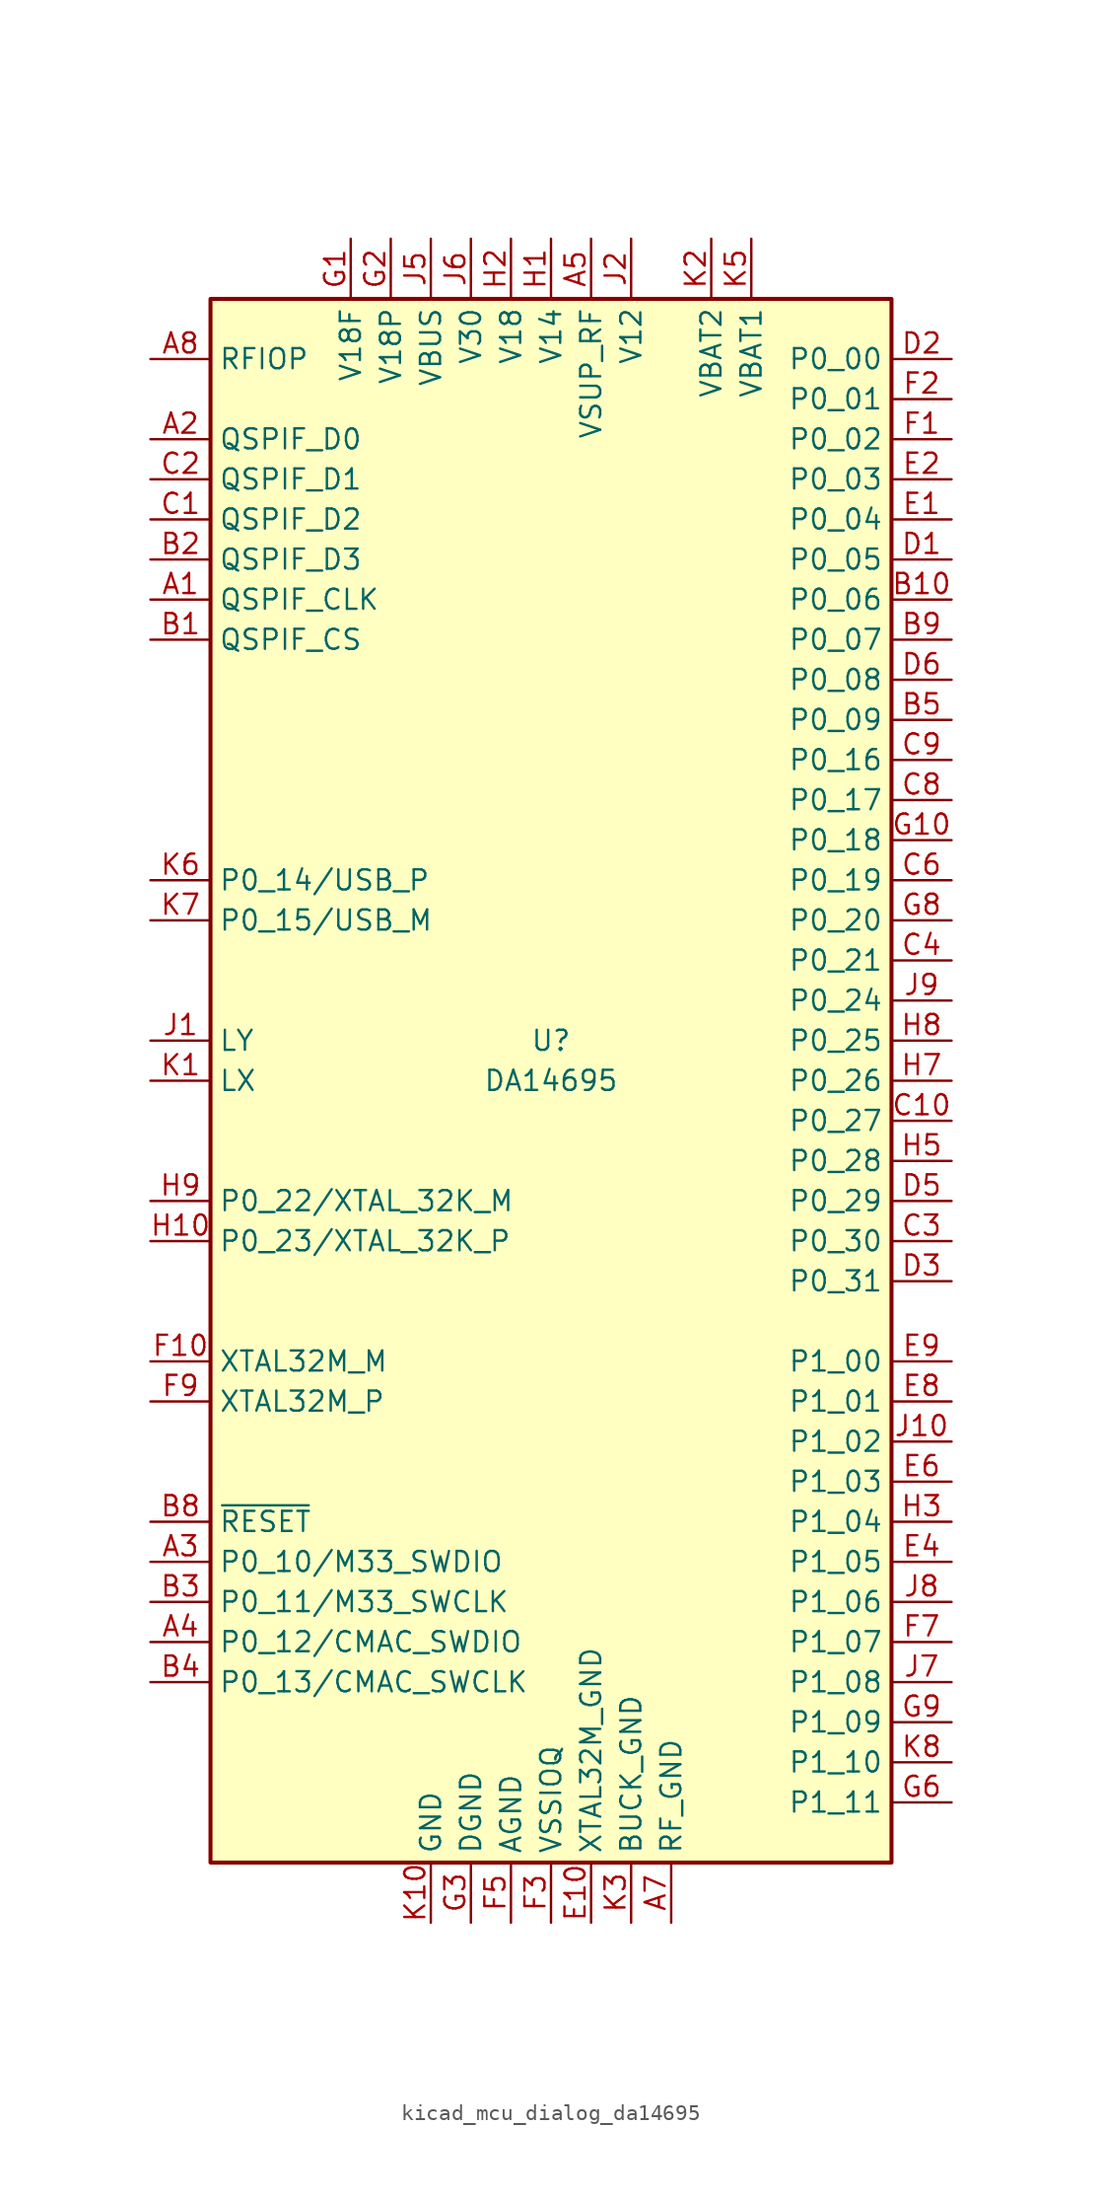
<source format=kicad_sym>
(kicad_symbol_lib
  (version 20220914)
  (generator kicad_symbol_editor)
  (symbol "kicad_mcu_dialog_da14695"
    (property "Reference" "U"
      (at 0 2.54 0)
      (effects (font (size 1.27 1.27))))
    (property "Value" "DA14695"
      (at 0 0 0)
      (effects (font (size 1.27 1.27))))
    (symbol "kicad_mcu_dialog_da14695_1_1"
      (rectangle (start -21.59 49.53) (end 21.59 -49.53) (stroke (width 0.254) (type default)) (fill (type background)))
      (pin output line (at -25.4 30.48 0) (length 3.81) (name "QSPIF_CLK" (effects (font (size 1.27 1.27)))) (number "A1" (effects (font (size 1.27 1.27)))))
      (pin passive line (at 7.62 -53.34 90) (length 3.81) hide (name "RF_GND" (effects (font (size 1.27 1.27)))) (number "A10" (effects (font (size 1.27 1.27)))))
      (pin bidirectional line (at -25.4 40.64 0) (length 3.81) (name "QSPIF_D0" (effects (font (size 1.27 1.27)))) (number "A2" (effects (font (size 1.27 1.27)))))
      (pin bidirectional line (at -25.4 -30.48 0) (length 3.81) (name "P0_10/M33_SWDIO" (effects (font (size 1.27 1.27)))) (number "A3" (effects (font (size 1.27 1.27)))))
      (pin bidirectional line (at -25.4 -35.56 0) (length 3.81) (name "P0_12/CMAC_SWDIO" (effects (font (size 1.27 1.27)))) (number "A4" (effects (font (size 1.27 1.27)))))
      (pin power_in line (at 2.54 53.34 270) (length 3.81) (name "VSUP_RF" (effects (font (size 1.27 1.27)))) (number "A5" (effects (font (size 1.27 1.27)))))
      (pin passive line (at 7.62 -53.34 90) (length 3.81) hide (name "RF_GND" (effects (font (size 1.27 1.27)))) (number "A6" (effects (font (size 1.27 1.27)))))
      (pin power_in line (at 7.62 -53.34 90) (length 3.81) (name "RF_GND" (effects (font (size 1.27 1.27)))) (number "A7" (effects (font (size 1.27 1.27)))))
      (pin bidirectional line (at -25.4 45.72 0) (length 3.81) (name "RFIOP" (effects (font (size 1.27 1.27)))) (number "A8" (effects (font (size 1.27 1.27)))))
      (pin passive line (at 7.62 -53.34 90) (length 3.81) hide (name "RF_GND" (effects (font (size 1.27 1.27)))) (number "A9" (effects (font (size 1.27 1.27)))))
      (pin output line (at -25.4 27.94 0) (length 3.81) (name "QSPIF_CS" (effects (font (size 1.27 1.27)))) (number "B1" (effects (font (size 1.27 1.27)))))
      (pin bidirectional line (at 25.4 30.48 180) (length 3.81) (name "P0_06" (effects (font (size 1.27 1.27)))) (number "B10" (effects (font (size 1.27 1.27)))))
      (pin bidirectional line (at -25.4 33.02 0) (length 3.81) (name "QSPIF_D3" (effects (font (size 1.27 1.27)))) (number "B2" (effects (font (size 1.27 1.27)))))
      (pin bidirectional line (at -25.4 -33.02 0) (length 3.81) (name "P0_11/M33_SWCLK" (effects (font (size 1.27 1.27)))) (number "B3" (effects (font (size 1.27 1.27)))))
      (pin bidirectional line (at -25.4 -38.1 0) (length 3.81) (name "P0_13/CMAC_SWCLK" (effects (font (size 1.27 1.27)))) (number "B4" (effects (font (size 1.27 1.27)))))
      (pin bidirectional line (at 25.4 22.86 180) (length 3.81) (name "P0_09" (effects (font (size 1.27 1.27)))) (number "B5" (effects (font (size 1.27 1.27)))))
      (pin passive line (at 7.62 -53.34 90) (length 3.81) hide (name "RF_GND" (effects (font (size 1.27 1.27)))) (number "B7" (effects (font (size 1.27 1.27)))))
      (pin input line (at -25.4 -27.94 0) (length 3.81) (name "~{RESET}" (effects (font (size 1.27 1.27)))) (number "B8" (effects (font (size 1.27 1.27)))))
      (pin bidirectional line (at 25.4 27.94 180) (length 3.81) (name "P0_07" (effects (font (size 1.27 1.27)))) (number "B9" (effects (font (size 1.27 1.27)))))
      (pin bidirectional line (at -25.4 35.56 0) (length 3.81) (name "QSPIF_D2" (effects (font (size 1.27 1.27)))) (number "C1" (effects (font (size 1.27 1.27)))))
      (pin bidirectional line (at 25.4 -2.54 180) (length 3.81) (name "P0_27" (effects (font (size 1.27 1.27)))) (number "C10" (effects (font (size 1.27 1.27)))))
      (pin bidirectional line (at -25.4 38.1 0) (length 3.81) (name "QSPIF_D1" (effects (font (size 1.27 1.27)))) (number "C2" (effects (font (size 1.27 1.27)))))
      (pin bidirectional line (at 25.4 -10.16 180) (length 3.81) (name "P0_30" (effects (font (size 1.27 1.27)))) (number "C3" (effects (font (size 1.27 1.27)))))
      (pin bidirectional line (at 25.4 7.62 180) (length 3.81) (name "P0_21" (effects (font (size 1.27 1.27)))) (number "C4" (effects (font (size 1.27 1.27)))))
      (pin bidirectional line (at 25.4 12.7 180) (length 3.81) (name "P0_19" (effects (font (size 1.27 1.27)))) (number "C6" (effects (font (size 1.27 1.27)))))
      (pin bidirectional line (at 25.4 17.78 180) (length 3.81) (name "P0_17" (effects (font (size 1.27 1.27)))) (number "C8" (effects (font (size 1.27 1.27)))))
      (pin bidirectional line (at 25.4 20.32 180) (length 3.81) (name "P0_16" (effects (font (size 1.27 1.27)))) (number "C9" (effects (font (size 1.27 1.27)))))
      (pin bidirectional line (at 25.4 33.02 180) (length 3.81) (name "P0_05" (effects (font (size 1.27 1.27)))) (number "D1" (effects (font (size 1.27 1.27)))))
      (pin passive line (at 7.62 -53.34 90) (length 3.81) hide (name "RF_GND" (effects (font (size 1.27 1.27)))) (number "D10" (effects (font (size 1.27 1.27)))))
      (pin bidirectional line (at 25.4 45.72 180) (length 3.81) (name "P0_00" (effects (font (size 1.27 1.27)))) (number "D2" (effects (font (size 1.27 1.27)))))
      (pin bidirectional line (at 25.4 -12.7 180) (length 3.81) (name "P0_31" (effects (font (size 1.27 1.27)))) (number "D3" (effects (font (size 1.27 1.27)))))
      (pin bidirectional line (at 25.4 -7.62 180) (length 3.81) (name "P0_29" (effects (font (size 1.27 1.27)))) (number "D5" (effects (font (size 1.27 1.27)))))
      (pin bidirectional line (at 25.4 25.4 180) (length 3.81) (name "P0_08" (effects (font (size 1.27 1.27)))) (number "D6" (effects (font (size 1.27 1.27)))))
      (pin passive line (at 7.62 -53.34 90) (length 3.81) hide (name "RF_GND" (effects (font (size 1.27 1.27)))) (number "D9" (effects (font (size 1.27 1.27)))))
      (pin bidirectional line (at 25.4 35.56 180) (length 3.81) (name "P0_04" (effects (font (size 1.27 1.27)))) (number "E1" (effects (font (size 1.27 1.27)))))
      (pin passive line (at 2.54 -53.34 90) (length 3.81) (name "XTAL32M_GND" (effects (font (size 1.27 1.27)))) (number "E10" (effects (font (size 1.27 1.27)))))
      (pin bidirectional line (at 25.4 38.1 180) (length 3.81) (name "P0_03" (effects (font (size 1.27 1.27)))) (number "E2" (effects (font (size 1.27 1.27)))))
      (pin bidirectional line (at 25.4 -30.48 180) (length 3.81) (name "P1_05" (effects (font (size 1.27 1.27)))) (number "E4" (effects (font (size 1.27 1.27)))))
      (pin bidirectional line (at 25.4 -25.4 180) (length 3.81) (name "P1_03" (effects (font (size 1.27 1.27)))) (number "E6" (effects (font (size 1.27 1.27)))))
      (pin bidirectional line (at 25.4 -20.32 180) (length 3.81) (name "P1_01" (effects (font (size 1.27 1.27)))) (number "E8" (effects (font (size 1.27 1.27)))))
      (pin bidirectional line (at 25.4 -17.78 180) (length 3.81) (name "P1_00" (effects (font (size 1.27 1.27)))) (number "E9" (effects (font (size 1.27 1.27)))))
      (pin bidirectional line (at 25.4 40.64 180) (length 3.81) (name "P0_02" (effects (font (size 1.27 1.27)))) (number "F1" (effects (font (size 1.27 1.27)))))
      (pin output line (at -25.4 -17.78 0) (length 3.81) (name "XTAL32M_M" (effects (font (size 1.27 1.27)))) (number "F10" (effects (font (size 1.27 1.27)))))
      (pin bidirectional line (at 25.4 43.18 180) (length 3.81) (name "P0_01" (effects (font (size 1.27 1.27)))) (number "F2" (effects (font (size 1.27 1.27)))))
      (pin power_in line (at 0 -53.34 90) (length 3.81) (name "VSSIOQ" (effects (font (size 1.27 1.27)))) (number "F3" (effects (font (size 1.27 1.27)))))
      (pin passive line (at -5.08 -53.34 90) (length 3.81) hide (name "DGND" (effects (font (size 1.27 1.27)))) (number "F4" (effects (font (size 1.27 1.27)))))
      (pin power_in line (at -2.54 -53.34 90) (length 3.81) (name "AGND" (effects (font (size 1.27 1.27)))) (number "F5" (effects (font (size 1.27 1.27)))))
      (pin bidirectional line (at 25.4 -35.56 180) (length 3.81) (name "P1_07" (effects (font (size 1.27 1.27)))) (number "F7" (effects (font (size 1.27 1.27)))))
      (pin input line (at -25.4 -20.32 0) (length 3.81) (name "XTAL32M_P" (effects (font (size 1.27 1.27)))) (number "F9" (effects (font (size 1.27 1.27)))))
      (pin power_out line (at -12.7 53.34 270) (length 3.81) (name "V18F" (effects (font (size 1.27 1.27)))) (number "G1" (effects (font (size 1.27 1.27)))))
      (pin bidirectional line (at 25.4 15.24 180) (length 3.81) (name "P0_18" (effects (font (size 1.27 1.27)))) (number "G10" (effects (font (size 1.27 1.27)))))
      (pin power_out line (at -10.16 53.34 270) (length 3.81) (name "V18P" (effects (font (size 1.27 1.27)))) (number "G2" (effects (font (size 1.27 1.27)))))
      (pin power_in line (at -5.08 -53.34 90) (length 3.81) (name "DGND" (effects (font (size 1.27 1.27)))) (number "G3" (effects (font (size 1.27 1.27)))))
      (pin passive line (at -5.08 -53.34 90) (length 3.81) hide (name "DGND" (effects (font (size 1.27 1.27)))) (number "G4" (effects (font (size 1.27 1.27)))))
      (pin passive line (at -2.54 -53.34 90) (length 3.81) hide (name "AGND" (effects (font (size 1.27 1.27)))) (number "G5" (effects (font (size 1.27 1.27)))))
      (pin bidirectional line (at 25.4 -45.72 180) (length 3.81) (name "P1_11" (effects (font (size 1.27 1.27)))) (number "G6" (effects (font (size 1.27 1.27)))))
      (pin bidirectional line (at 25.4 10.16 180) (length 3.81) (name "P0_20" (effects (font (size 1.27 1.27)))) (number "G8" (effects (font (size 1.27 1.27)))))
      (pin bidirectional line (at 25.4 -40.64 180) (length 3.81) (name "P1_09" (effects (font (size 1.27 1.27)))) (number "G9" (effects (font (size 1.27 1.27)))))
      (pin power_out line (at 0 53.34 270) (length 3.81) (name "V14" (effects (font (size 1.27 1.27)))) (number "H1" (effects (font (size 1.27 1.27)))))
      (pin bidirectional line (at -25.4 -10.16 0) (length 3.81) (name "P0_23/XTAL_32K_P" (effects (font (size 1.27 1.27)))) (number "H10" (effects (font (size 1.27 1.27)))))
      (pin power_out line (at -2.54 53.34 270) (length 3.81) (name "V18" (effects (font (size 1.27 1.27)))) (number "H2" (effects (font (size 1.27 1.27)))))
      (pin bidirectional line (at 25.4 -27.94 180) (length 3.81) (name "P1_04" (effects (font (size 1.27 1.27)))) (number "H3" (effects (font (size 1.27 1.27)))))
      (pin bidirectional line (at 25.4 -5.08 180) (length 3.81) (name "P0_28" (effects (font (size 1.27 1.27)))) (number "H5" (effects (font (size 1.27 1.27)))))
      (pin bidirectional line (at 25.4 0 180) (length 3.81) (name "P0_26" (effects (font (size 1.27 1.27)))) (number "H7" (effects (font (size 1.27 1.27)))))
      (pin bidirectional line (at 25.4 2.54 180) (length 3.81) (name "P0_25" (effects (font (size 1.27 1.27)))) (number "H8" (effects (font (size 1.27 1.27)))))
      (pin bidirectional line (at -25.4 -7.62 0) (length 3.81) (name "P0_22/XTAL_32K_M" (effects (font (size 1.27 1.27)))) (number "H9" (effects (font (size 1.27 1.27)))))
      (pin passive line (at -25.4 2.54 0) (length 3.81) (name "LY" (effects (font (size 1.27 1.27)))) (number "J1" (effects (font (size 1.27 1.27)))))
      (pin bidirectional line (at 25.4 -22.86 180) (length 3.81) (name "P1_02" (effects (font (size 1.27 1.27)))) (number "J10" (effects (font (size 1.27 1.27)))))
      (pin power_out line (at 5.08 53.34 270) (length 3.81) (name "V12" (effects (font (size 1.27 1.27)))) (number "J2" (effects (font (size 1.27 1.27)))))
      (pin passive line (at -7.62 -53.34 90) (length 3.81) hide (name "GND" (effects (font (size 1.27 1.27)))) (number "J3" (effects (font (size 1.27 1.27)))))
      (pin no_connect line (at -20.32 -45.72 0) (length 3.81) hide (name "NC" (effects (font (size 1.27 1.27)))) (number "J4" (effects (font (size 1.27 1.27)))))
      (pin power_in line (at -7.62 53.34 270) (length 3.81) (name "VBUS" (effects (font (size 1.27 1.27)))) (number "J5" (effects (font (size 1.27 1.27)))))
      (pin power_out line (at -5.08 53.34 270) (length 3.81) (name "V30" (effects (font (size 1.27 1.27)))) (number "J6" (effects (font (size 1.27 1.27)))))
      (pin bidirectional line (at 25.4 -38.1 180) (length 3.81) (name "P1_08" (effects (font (size 1.27 1.27)))) (number "J7" (effects (font (size 1.27 1.27)))))
      (pin bidirectional line (at 25.4 -33.02 180) (length 3.81) (name "P1_06" (effects (font (size 1.27 1.27)))) (number "J8" (effects (font (size 1.27 1.27)))))
      (pin bidirectional line (at 25.4 5.08 180) (length 3.81) (name "P0_24" (effects (font (size 1.27 1.27)))) (number "J9" (effects (font (size 1.27 1.27)))))
      (pin passive line (at -25.4 0 0) (length 3.81) (name "LX" (effects (font (size 1.27 1.27)))) (number "K1" (effects (font (size 1.27 1.27)))))
      (pin power_in line (at -7.62 -53.34 90) (length 3.81) (name "GND" (effects (font (size 1.27 1.27)))) (number "K10" (effects (font (size 1.27 1.27)))))
      (pin power_out line (at 10.16 53.34 270) (length 3.81) (name "VBAT2" (effects (font (size 1.27 1.27)))) (number "K2" (effects (font (size 1.27 1.27)))))
      (pin power_in line (at 5.08 -53.34 90) (length 3.81) (name "BUCK_GND" (effects (font (size 1.27 1.27)))) (number "K3" (effects (font (size 1.27 1.27)))))
      (pin no_connect line (at -20.32 -48.26 0) (length 3.81) hide (name "NC" (effects (font (size 1.27 1.27)))) (number "K4" (effects (font (size 1.27 1.27)))))
      (pin power_out line (at 12.7 53.34 270) (length 3.81) (name "VBAT1" (effects (font (size 1.27 1.27)))) (number "K5" (effects (font (size 1.27 1.27)))))
      (pin bidirectional line (at -25.4 12.7 0) (length 3.81) (name "P0_14/USB_P" (effects (font (size 1.27 1.27)))) (number "K6" (effects (font (size 1.27 1.27)))))
      (pin bidirectional line (at -25.4 10.16 0) (length 3.81) (name "P0_15/USB_M" (effects (font (size 1.27 1.27)))) (number "K7" (effects (font (size 1.27 1.27)))))
      (pin bidirectional line (at 25.4 -43.18 180) (length 3.81) (name "P1_10" (effects (font (size 1.27 1.27)))) (number "K8" (effects (font (size 1.27 1.27)))))
      (pin passive line (at -7.62 -53.34 90) (length 3.81) hide (name "GND" (effects (font (size 1.27 1.27)))) (number "K9" (effects (font (size 1.27 1.27))))))))
</source>
